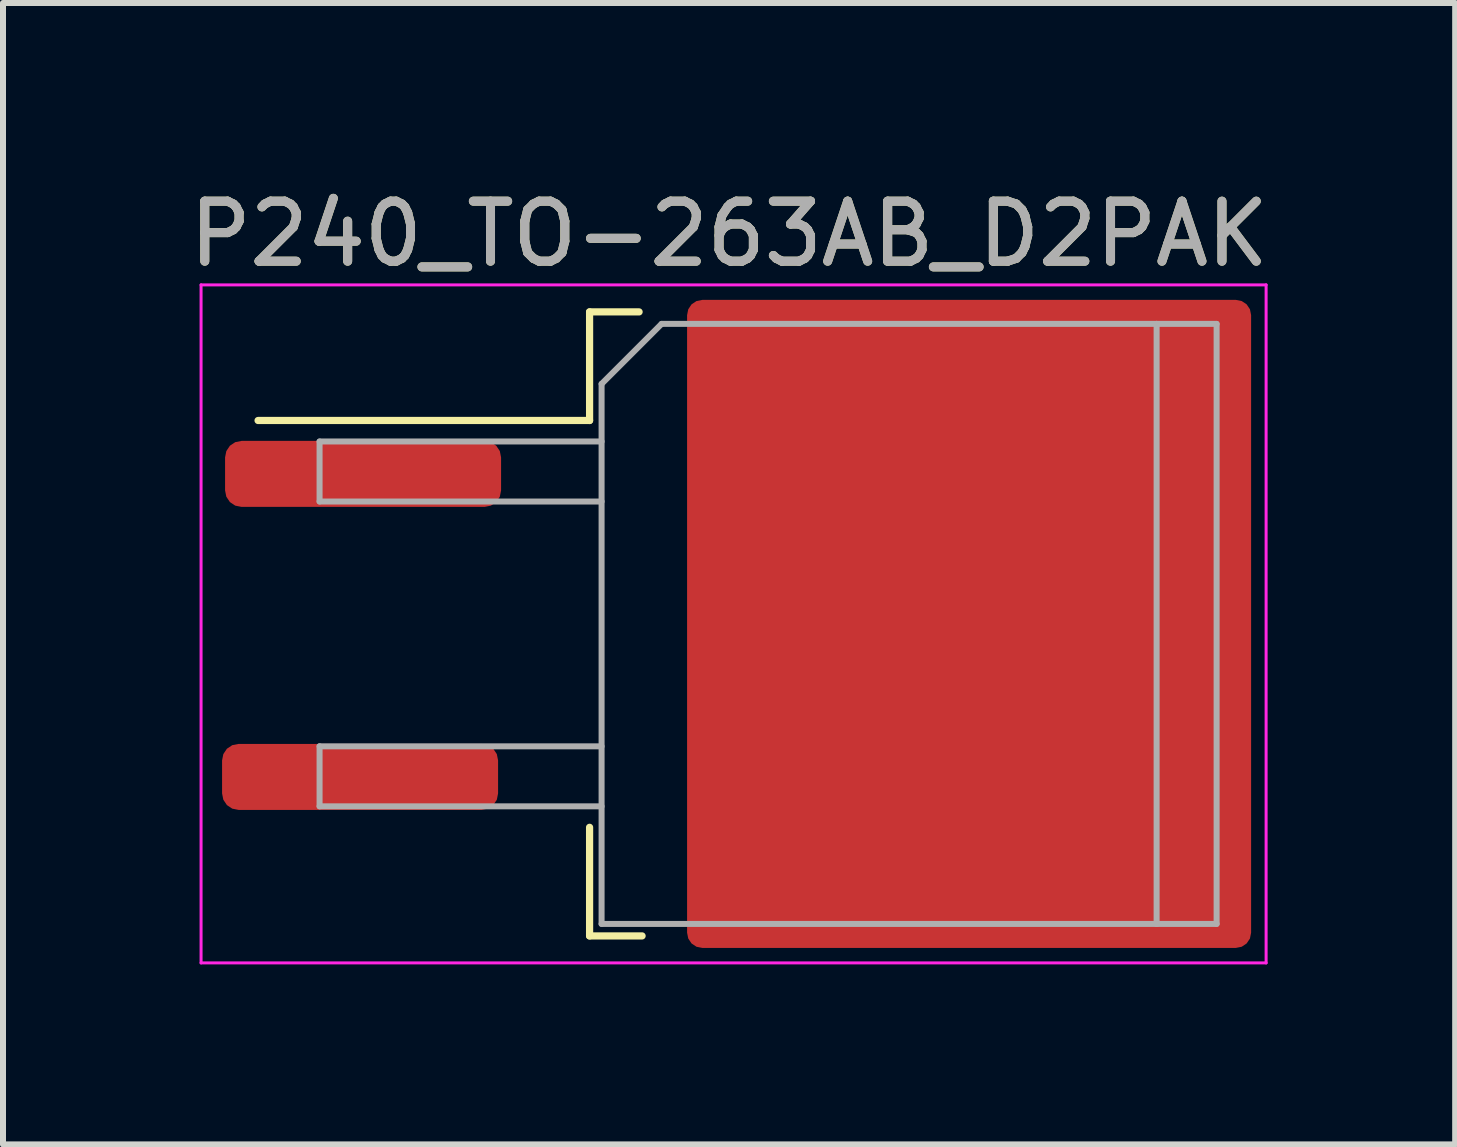
<source format=kicad_pcb>
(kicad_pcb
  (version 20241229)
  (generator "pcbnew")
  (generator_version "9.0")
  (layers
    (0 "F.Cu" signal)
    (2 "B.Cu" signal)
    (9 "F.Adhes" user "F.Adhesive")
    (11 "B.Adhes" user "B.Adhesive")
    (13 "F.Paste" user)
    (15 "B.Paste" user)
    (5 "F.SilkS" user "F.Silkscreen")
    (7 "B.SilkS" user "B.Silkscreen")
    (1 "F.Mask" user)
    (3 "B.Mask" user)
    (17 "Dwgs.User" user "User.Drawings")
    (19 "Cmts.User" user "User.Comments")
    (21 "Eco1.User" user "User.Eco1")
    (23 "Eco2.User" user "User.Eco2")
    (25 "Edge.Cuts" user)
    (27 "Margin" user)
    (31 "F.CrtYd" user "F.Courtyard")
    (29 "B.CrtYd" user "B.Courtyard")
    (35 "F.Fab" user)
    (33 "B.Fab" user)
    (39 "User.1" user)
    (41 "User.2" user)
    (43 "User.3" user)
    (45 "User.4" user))
  (footprint "P240_TO-263AB_D2PAK"
    (layer "F.Cu")
    (at 13.101 7.348)
    (property "Reference" "P240_TO-263AB_D2PAK" (at -4 -6.5 0) (layer "F.SilkS") (effects (font (size 1 1) (thickness 0.15))))
    (attr smd)
    (fp_line (start -6.325 -5.2) (end -6.325 -3.39) (stroke (width 0.12) (type solid)) (layer "F.SilkS"))
    (fp_line (start -6.325 -3.39) (end -11.85 -3.39) (stroke (width 0.12) (type solid)) (layer "F.SilkS"))
    (fp_line (start -6.325 5.2) (end -6.325 3.39) (stroke (width 0.12) (type solid)) (layer "F.SilkS"))
    (fp_line (start -5.5 -5.2) (end -6.325 -5.2) (stroke (width 0.12) (type solid)) (layer "F.SilkS"))
    (fp_line (start -5.45 5.2) (end -6.325 5.2) (stroke (width 0.12) (type solid)) (layer "F.SilkS"))
    (fp_line (start -12.8 -5.65) (end -12.8 5.65) (stroke (width 0.05) (type solid)) (layer "F.CrtYd"))
    (fp_line (start -12.8 5.65) (end 4.95 5.65) (stroke (width 0.05) (type solid)) (layer "F.CrtYd"))
    (fp_line (start 4.95 -5.65) (end -12.8 -5.65) (stroke (width 0.05) (type solid)) (layer "F.CrtYd"))
    (fp_line (start 4.95 5.65) (end 4.95 -5.65) (stroke (width 0.05) (type solid)) (layer "F.CrtYd"))
    (fp_line (start -10.825 -3.04) (end -10.825 -2.04) (stroke (width 0.1) (type solid)) (layer "F.Fab"))
    (fp_line (start -10.825 -2.04) (end -6.125 -2.04) (stroke (width 0.1) (type solid)) (layer "F.Fab"))
    (fp_line (start -10.825 2.04) (end -10.825 3.04) (stroke (width 0.1) (type solid)) (layer "F.Fab"))
    (fp_line (start -10.825 3.04) (end -6.125 3.04) (stroke (width 0.1) (type solid)) (layer "F.Fab"))
    (fp_line (start -6.125 -4) (end -5.125 -5) (stroke (width 0.1) (type solid)) (layer "F.Fab"))
    (fp_line (start -6.125 -3.04) (end -10.825 -3.04) (stroke (width 0.1) (type solid)) (layer "F.Fab"))
    (fp_line (start -6.125 2.04) (end -10.825 2.04) (stroke (width 0.1) (type solid)) (layer "F.Fab"))
    (fp_line (start -6.125 5) (end -6.125 -4) (stroke (width 0.1) (type solid)) (layer "F.Fab"))
    (fp_line (start -5.125 -5) (end 3.125 -5) (stroke (width 0.1) (type solid)) (layer "F.Fab"))
    (fp_line (start 3.125 -5) (end 3.125 5) (stroke (width 0.1) (type solid)) (layer "F.Fab"))
    (fp_line (start 3.125 -5) (end 4.125 -5) (stroke (width 0.1) (type solid)) (layer "F.Fab"))
    (fp_line (start 3.125 5) (end -6.125 5) (stroke (width 0.1) (type solid)) (layer "F.Fab"))
    (fp_line (start 4.125 -5) (end 4.125 5) (stroke (width 0.1) (type solid)) (layer "F.Fab"))
    (fp_line (start 4.125 5) (end 3.125 5) (stroke (width 0.1) (type solid)) (layer "F.Fab"))
    (fp_text user "${REFERENCE}" (at -4 -6.5 0) (layer "F.Fab") (effects (font (size 1 1) (thickness 0.15))))
    (pad "" smd roundrect (at -2.425 -2.775) (size 4.55 5.25) (layers "F.Paste") (roundrect_rratio 0.055))
    (pad "" smd roundrect (at -2.425 2.775) (size 4.55 5.25) (layers "F.Paste") (roundrect_rratio 0.055))
    (pad "" smd roundrect (at 2.425 -2.775) (size 4.55 5.25) (layers "F.Paste") (roundrect_rratio 0.055))
    (pad "" smd roundrect (at 2.425 2.775) (size 4.55 5.25) (layers "F.Paste") (roundrect_rratio 0.055))
    (pad "1" smd roundrect (at -10.1 -2.5) (size 4.6 1.1) (layers "F.Cu" "F.Mask" "F.Paste") (roundrect_rratio 0.25))
    (pad "2" smd roundrect (at -10.15 2.55) (size 4.6 1.1) (layers "F.Cu" "F.Mask" "F.Paste") (roundrect_rratio 0.25))
    (pad "4" smd roundrect (at 0 0) (size 9.4 10.8) (layers "F.Cu" "F.Mask") (roundrect_rratio 0.027)))
  (gr_rect
    (start -3 -3)
    (end 21.202 16.023)
    (stroke (width 0.1) (type default))
    (fill no)
    (layer "Edge.Cuts")))
</source>
